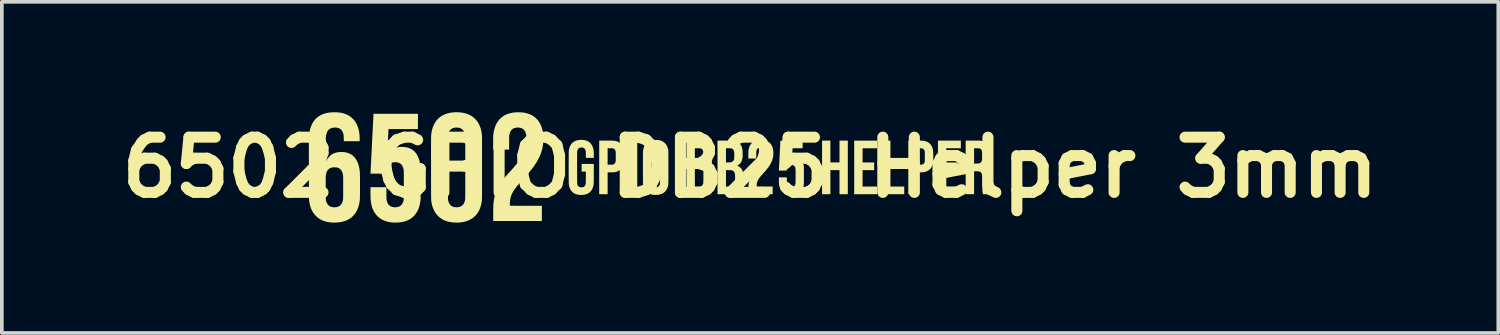
<source format=kicad_pcb>
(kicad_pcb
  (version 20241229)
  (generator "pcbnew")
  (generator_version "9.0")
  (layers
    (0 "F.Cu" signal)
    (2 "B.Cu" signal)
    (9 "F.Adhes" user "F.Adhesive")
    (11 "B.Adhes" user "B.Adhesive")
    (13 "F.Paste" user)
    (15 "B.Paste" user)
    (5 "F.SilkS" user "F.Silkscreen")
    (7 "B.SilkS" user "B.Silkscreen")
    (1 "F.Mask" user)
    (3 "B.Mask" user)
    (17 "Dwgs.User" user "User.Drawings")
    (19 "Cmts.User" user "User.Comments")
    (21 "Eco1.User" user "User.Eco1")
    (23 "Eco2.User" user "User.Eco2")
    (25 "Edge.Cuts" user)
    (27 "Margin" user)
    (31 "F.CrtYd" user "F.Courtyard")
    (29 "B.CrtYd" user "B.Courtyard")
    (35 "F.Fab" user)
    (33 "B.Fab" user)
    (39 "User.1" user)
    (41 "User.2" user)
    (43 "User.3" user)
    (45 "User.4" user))
  (footprint "6502 GPIO DB25 Helper 3mm"
    (layer "F.Cu")
    (at 17.336 1.5)
    (property "Reference" "6502 GPIO DB25 Helper 3mm" (at 0 0 0) (layer "F.SilkS") (effects (font (size 1.5 1.5) (thickness 0.3))))
    (attr board_only exclude_from_pos_files exclude_from_bom)
    (fp_poly (pts (xy -3.067 -0.000001) (xy -3.067 0.728) (xy -3.182 0.728) (xy -3.296 0.728) (xy -3.296 -0.000001) (xy -3.296 -0.728) (xy -3.182 -0.728) (xy -3.067 -0.728)) (stroke (width 0) (type solid)) (fill yes) (layer "F.SilkS"))
    (fp_poly (pts (xy 3.814 -0.104) (xy 3.814 0.52) (xy 4.002 0.52) (xy 4.189 0.52) (xy 4.189 0.624) (xy 4.189 0.728) (xy 3.887 0.728) (xy 3.585 0.728) (xy 3.585 -0.000001) (xy 3.585 -0.728) (xy 3.699 -0.728) (xy 3.814 -0.728)) (stroke (width 0) (type solid)) (fill yes) (layer "F.SilkS"))
    (fp_poly (pts (xy 2.182 -0.432) (xy 2.183 -0.136) (xy 2.306 -0.136) (xy 2.429 -0.136) (xy 2.43 -0.432) (xy 2.43 -0.728) (xy 2.543 -0.728) (xy 2.656 -0.728) (xy 2.656 -0.000001) (xy 2.656 0.728) (xy 2.543 0.728) (xy 2.43 0.728) (xy 2.43 0.401) (xy 2.43 0.074) (xy 2.306 0.074) (xy 2.182 0.074) (xy 2.182 0.401) (xy 2.182 0.728) (xy 2.069 0.728) (xy 1.956 0.728) (xy 1.956 -0.000001) (xy 1.956 -0.728) (xy 2.069 -0.728) (xy 2.182 -0.728)) (stroke (width 0) (type solid)) (fill yes) (layer "F.SilkS"))
    (fp_poly (pts (xy 3.453 -0.624) (xy 3.453 -0.52) (xy 3.255 -0.52) (xy 3.057 -0.52) (xy 3.057 -0.327) (xy 3.057 -0.135) (xy 3.215 -0.135) (xy 3.372 -0.135) (xy 3.372 -0.03) (xy 3.372 0.074) (xy 3.215 0.074) (xy 3.057 0.074) (xy 3.057 0.297) (xy 3.057 0.52) (xy 3.255 0.52) (xy 3.453 0.52) (xy 3.453 0.624) (xy 3.453 0.728) (xy 3.141 0.728) (xy 2.829 0.728) (xy 2.829 -0.000001) (xy 2.829 -0.728) (xy 3.141 -0.728) (xy 3.453 -0.728)) (stroke (width 0) (type solid)) (fill yes) (layer "F.SilkS"))
    (fp_poly (pts (xy 5.728 -0.624) (xy 5.728 -0.52) (xy 5.53 -0.52) (xy 5.332 -0.52) (xy 5.332 -0.328) (xy 5.333 -0.136) (xy 5.49 -0.135) (xy 5.646 -0.134) (xy 5.646 -0.03) (xy 5.646 0.074) (xy 5.489 0.074) (xy 5.332 0.074) (xy 5.332 0.297) (xy 5.332 0.52) (xy 5.53 0.52) (xy 5.728 0.52) (xy 5.728 0.624) (xy 5.728 0.728) (xy 5.417 0.728) (xy 5.106 0.728) (xy 5.106 -0.000001) (xy 5.106 -0.728) (xy 5.417 -0.728) (xy 5.728 -0.728)) (stroke (width 0) (type solid)) (fill yes) (layer "F.SilkS"))
    (fp_poly (pts (xy -3.875 -0.728) (xy -3.84 -0.728) (xy -3.809 -0.728) (xy -3.782 -0.728) (xy -3.758 -0.728) (xy -3.738 -0.727) (xy -3.72 -0.726) (xy -3.705 -0.725) (xy -3.691 -0.724) (xy -3.679 -0.723) (xy -3.669 -0.721) (xy -3.658 -0.719) (xy -3.649 -0.716) (xy -3.639 -0.713) (xy -3.628 -0.71) (xy -3.625 -0.709) (xy -3.589 -0.695) (xy -3.557 -0.678) (xy -3.528 -0.656) (xy -3.502 -0.631) (xy -3.48 -0.602) (xy -3.462 -0.57) (xy -3.447 -0.533) (xy -3.439 -0.507) (xy -3.436 -0.496) (xy -3.433 -0.486) (xy -3.431 -0.476) (xy -3.429 -0.466) (xy -3.428 -0.455) (xy -3.427 -0.443) (xy -3.426 -0.43) (xy -3.425 -0.414) (xy -3.425 -0.396) (xy -3.424 -0.374) (xy -3.424 -0.349) (xy -3.424 -0.32) (xy -3.424 -0.297) (xy -3.424 -0.266) (xy -3.424 -0.24) (xy -3.424 -0.218) (xy -3.424 -0.2) (xy -3.425 -0.185) (xy -3.425 -0.172) (xy -3.425 -0.162) (xy -3.426 -0.153) (xy -3.427 -0.146) (xy -3.428 -0.139) (xy -3.429 -0.133) (xy -3.429 -0.132) (xy -3.437 -0.093) (xy -3.447 -0.059) (xy -3.459 -0.028) (xy -3.475 -0.000418) (xy -3.493 0.025) (xy -3.509 0.044) (xy -3.528 0.062) (xy -3.547 0.078) (xy -3.569 0.091) (xy -3.578 0.096) (xy -3.598 0.106) (xy -3.618 0.113) (xy -3.638 0.12) (xy -3.66 0.125) (xy -3.683 0.129) (xy -3.709 0.132) (xy -3.738 0.133) (xy -3.771 0.134) (xy -3.798 0.134) (xy -3.872 0.135) (xy -3.872 0.431) (xy -3.872 0.728) (xy -3.986 0.728) (xy -4.101 0.728) (xy -4.101 -0.000001) (xy -4.101 -0.297) (xy -3.872 -0.297) (xy -3.872 -0.074) (xy -3.805 -0.074) (xy -3.782 -0.074) (xy -3.763 -0.074) (xy -3.748 -0.075) (xy -3.737 -0.075) (xy -3.729 -0.076) (xy -3.726 -0.077) (xy -3.705 -0.085) (xy -3.688 -0.095) (xy -3.675 -0.109) (xy -3.665 -0.127) (xy -3.657 -0.148) (xy -3.655 -0.159) (xy -3.654 -0.167) (xy -3.653 -0.179) (xy -3.652 -0.195) (xy -3.652 -0.214) (xy -3.651 -0.236) (xy -3.651 -0.259) (xy -3.651 -0.284) (xy -3.651 -0.308) (xy -3.651 -0.333) (xy -3.651 -0.356) (xy -3.652 -0.378) (xy -3.652 -0.397) (xy -3.653 -0.414) (xy -3.654 -0.426) (xy -3.655 -0.435) (xy -3.655 -0.435) (xy -3.661 -0.458) (xy -3.67 -0.477) (xy -3.682 -0.493) (xy -3.696 -0.504) (xy -3.699 -0.506) (xy -3.707 -0.51) (xy -3.715 -0.513) (xy -3.722 -0.516) (xy -3.731 -0.518) (xy -3.742 -0.519) (xy -3.755 -0.52) (xy -3.771 -0.52) (xy -3.791 -0.52) (xy -3.805 -0.52) (xy -3.872 -0.52) (xy -3.872 -0.297) (xy -4.101 -0.297) (xy -4.101 -0.728) (xy -3.914 -0.728)) (stroke (width 0) (type solid)) (fill yes) (layer "F.SilkS"))
    (fp_poly (pts (xy 4.488 -0.728) (xy 4.526 -0.728) (xy 4.56 -0.728) (xy 4.589 -0.728) (xy 4.614 -0.728) (xy 4.636 -0.728) (xy 4.655 -0.727) (xy 4.671 -0.727) (xy 4.685 -0.726) (xy 4.697 -0.725) (xy 4.708 -0.724) (xy 4.717 -0.723) (xy 4.727 -0.721) (xy 4.736 -0.719) (xy 4.745 -0.717) (xy 4.752 -0.716) (xy 4.789 -0.705) (xy 4.824 -0.689) (xy 4.855 -0.67) (xy 4.882 -0.648) (xy 4.907 -0.621) (xy 4.927 -0.591) (xy 4.945 -0.557) (xy 4.955 -0.529) (xy 4.961 -0.513) (xy 4.965 -0.497) (xy 4.968 -0.481) (xy 4.971 -0.464) (xy 4.974 -0.445) (xy 4.976 -0.425) (xy 4.977 -0.402) (xy 4.978 -0.376) (xy 4.978 -0.346) (xy 4.979 -0.312) (xy 4.979 -0.297) (xy 4.979 -0.261) (xy 4.978 -0.23) (xy 4.977 -0.202) (xy 4.976 -0.178) (xy 4.975 -0.156) (xy 4.972 -0.137) (xy 4.97 -0.12) (xy 4.966 -0.103) (xy 4.962 -0.087) (xy 4.957 -0.071) (xy 4.955 -0.065) (xy 4.941 -0.028) (xy 4.923 0.005) (xy 4.901 0.034) (xy 4.876 0.06) (xy 4.848 0.081) (xy 4.816 0.099) (xy 4.781 0.114) (xy 4.751 0.122) (xy 4.735 0.126) (xy 4.719 0.129) (xy 4.702 0.131) (xy 4.684 0.132) (xy 4.663 0.134) (xy 4.64 0.134) (xy 4.612 0.134) (xy 4.602 0.134) (xy 4.529 0.135) (xy 4.529 0.431) (xy 4.529 0.728) (xy 4.415 0.728) (xy 4.301 0.728) (xy 4.301 -0.000001) (xy 4.301 -0.297) (xy 4.529 -0.297) (xy 4.529 -0.074) (xy 4.596 -0.074) (xy 4.617 -0.074) (xy 4.634 -0.074) (xy 4.648 -0.074) (xy 4.658 -0.075) (xy 4.666 -0.076) (xy 4.672 -0.077) (xy 4.676 -0.078) (xy 4.692 -0.083) (xy 4.704 -0.089) (xy 4.714 -0.097) (xy 4.719 -0.102) (xy 4.729 -0.114) (xy 4.737 -0.129) (xy 4.743 -0.146) (xy 4.745 -0.152) (xy 4.746 -0.156) (xy 4.746 -0.161) (xy 4.747 -0.167) (xy 4.748 -0.174) (xy 4.748 -0.184) (xy 4.748 -0.195) (xy 4.749 -0.21) (xy 4.749 -0.228) (xy 4.749 -0.25) (xy 4.749 -0.276) (xy 4.749 -0.297) (xy 4.749 -0.326) (xy 4.749 -0.351) (xy 4.749 -0.372) (xy 4.749 -0.389) (xy 4.748 -0.402) (xy 4.748 -0.413) (xy 4.748 -0.422) (xy 4.747 -0.429) (xy 4.746 -0.435) (xy 4.745 -0.439) (xy 4.745 -0.442) (xy 4.738 -0.463) (xy 4.729 -0.48) (xy 4.718 -0.493) (xy 4.717 -0.494) (xy 4.709 -0.501) (xy 4.701 -0.507) (xy 4.692 -0.511) (xy 4.683 -0.515) (xy 4.672 -0.517) (xy 4.658 -0.519) (xy 4.641 -0.52) (xy 4.62 -0.52) (xy 4.595 -0.52) (xy 4.594 -0.52) (xy 4.529 -0.52) (xy 4.529 -0.297) (xy 4.301 -0.297) (xy 4.301 -0.728)) (stroke (width 0) (type solid)) (fill yes) (layer "F.SilkS"))
    (fp_poly (pts (xy 0.295 -0.748) (xy 0.317 -0.748) (xy 0.34 -0.747) (xy 0.36 -0.745) (xy 0.378 -0.742) (xy 0.383 -0.741) (xy 0.423 -0.731) (xy 0.46 -0.717) (xy 0.493 -0.698) (xy 0.523 -0.677) (xy 0.549 -0.651) (xy 0.572 -0.622) (xy 0.591 -0.589) (xy 0.607 -0.553) (xy 0.619 -0.514) (xy 0.623 -0.494) (xy 0.631 -0.441) (xy 0.633 -0.388) (xy 0.631 -0.335) (xy 0.624 -0.283) (xy 0.612 -0.231) (xy 0.595 -0.179) (xy 0.573 -0.129) (xy 0.546 -0.08) (xy 0.538 -0.066) (xy 0.524 -0.044) (xy 0.51 -0.023) (xy 0.495 -0.002) (xy 0.479 0.019) (xy 0.462 0.041) (xy 0.443 0.064) (xy 0.423 0.088) (xy 0.4 0.115) (xy 0.374 0.144) (xy 0.345 0.176) (xy 0.34 0.181) (xy 0.309 0.215) (xy 0.282 0.247) (xy 0.259 0.277) (xy 0.239 0.305) (xy 0.222 0.331) (xy 0.208 0.357) (xy 0.198 0.382) (xy 0.189 0.406) (xy 0.184 0.431) (xy 0.18 0.456) (xy 0.179 0.482) (xy 0.179 0.489) (xy 0.179 0.52) (xy 0.396 0.52) (xy 0.613 0.52) (xy 0.613 0.624) (xy 0.613 0.728) (xy 0.281 0.728) (xy -0.05 0.728) (xy -0.049 0.62) (xy -0.048 0.585) (xy -0.047 0.555) (xy -0.046 0.528) (xy -0.045 0.505) (xy -0.044 0.484) (xy -0.042 0.465) (xy -0.04 0.448) (xy -0.037 0.431) (xy -0.033 0.414) (xy -0.029 0.397) (xy -0.028 0.391) (xy -0.016 0.35) (xy -0.001 0.31) (xy 0.018 0.271) (xy 0.041 0.231) (xy 0.068 0.191) (xy 0.099 0.15) (xy 0.103 0.145) (xy 0.11 0.136) (xy 0.117 0.128) (xy 0.124 0.12) (xy 0.131 0.111) (xy 0.14 0.101) (xy 0.149 0.09) (xy 0.161 0.077) (xy 0.176 0.061) (xy 0.193 0.042) (xy 0.197 0.038) (xy 0.225 0.006) (xy 0.251 -0.025) (xy 0.275 -0.053) (xy 0.295 -0.08) (xy 0.313 -0.103) (xy 0.316 -0.108) (xy 0.342 -0.149) (xy 0.363 -0.19) (xy 0.38 -0.23) (xy 0.392 -0.271) (xy 0.4 -0.313) (xy 0.404 -0.355) (xy 0.405 -0.376) (xy 0.404 -0.41) (xy 0.4 -0.44) (xy 0.395 -0.465) (xy 0.386 -0.487) (xy 0.375 -0.504) (xy 0.362 -0.518) (xy 0.345 -0.529) (xy 0.326 -0.537) (xy 0.315 -0.539) (xy 0.3 -0.54) (xy 0.284 -0.541) (xy 0.269 -0.54) (xy 0.255 -0.539) (xy 0.252 -0.538) (xy 0.231 -0.531) (xy 0.213 -0.52) (xy 0.197 -0.505) (xy 0.185 -0.487) (xy 0.184 -0.483) (xy 0.18 -0.475) (xy 0.177 -0.467) (xy 0.175 -0.459) (xy 0.173 -0.45) (xy 0.171 -0.44) (xy 0.17 -0.428) (xy 0.169 -0.414) (xy 0.168 -0.397) (xy 0.168 -0.376) (xy 0.167 -0.35) (xy 0.167 -0.337) (xy 0.166 -0.241) (xy 0.059 -0.242) (xy -0.048 -0.242) (xy -0.049 -0.301) (xy -0.049 -0.345) (xy -0.048 -0.385) (xy -0.046 -0.421) (xy -0.044 -0.453) (xy -0.04 -0.482) (xy -0.035 -0.509) (xy -0.032 -0.521) (xy -0.019 -0.56) (xy -0.003 -0.596) (xy 0.017 -0.627) (xy 0.04 -0.656) (xy 0.067 -0.68) (xy 0.097 -0.701) (xy 0.131 -0.719) (xy 0.168 -0.732) (xy 0.208 -0.742) (xy 0.236 -0.746) (xy 0.252 -0.748) (xy 0.272 -0.748)) (stroke (width 0) (type solid)) (fill yes) (layer "F.SilkS"))
    (fp_poly (pts (xy -1.524 -0.728) (xy -1.486 -0.728) (xy -1.452 -0.727) (xy -1.424 -0.727) (xy -1.399 -0.727) (xy -1.378 -0.727) (xy -1.36 -0.726) (xy -1.345 -0.726) (xy -1.333 -0.726) (xy -1.323 -0.725) (xy -1.314 -0.725) (xy -1.308 -0.724) (xy -1.302 -0.724) (xy -1.298 -0.723) (xy -1.296 -0.722) (xy -1.257 -0.713) (xy -1.223 -0.702) (xy -1.192 -0.688) (xy -1.165 -0.671) (xy -1.14 -0.651) (xy -1.134 -0.645) (xy -1.111 -0.62) (xy -1.091 -0.591) (xy -1.075 -0.56) (xy -1.062 -0.525) (xy -1.052 -0.486) (xy -1.045 -0.444) (xy -1.042 -0.411) (xy -1.042 -0.403) (xy -1.041 -0.391) (xy -1.041 -0.374) (xy -1.041 -0.353) (xy -1.041 -0.329) (xy -1.04 -0.301) (xy -1.04 -0.271) (xy -1.04 -0.237) (xy -1.04 -0.202) (xy -1.04 -0.165) (xy -1.04 -0.126) (xy -1.039 -0.086) (xy -1.039 -0.046) (xy -1.039 -0.005) (xy -1.039 0.036) (xy -1.039 0.077) (xy -1.04 0.117) (xy -1.04 0.156) (xy -1.04 0.194) (xy -1.04 0.23) (xy -1.04 0.263) (xy -1.04 0.295) (xy -1.04 0.323) (xy -1.041 0.348) (xy -1.041 0.37) (xy -1.041 0.388) (xy -1.042 0.401) (xy -1.042 0.41) (xy -1.042 0.411) (xy -1.047 0.458) (xy -1.056 0.501) (xy -1.067 0.54) (xy -1.083 0.575) (xy -1.101 0.607) (xy -1.124 0.635) (xy -1.149 0.659) (xy -1.178 0.68) (xy -1.211 0.697) (xy -1.247 0.71) (xy -1.287 0.72) (xy -1.317 0.725) (xy -1.324 0.725) (xy -1.332 0.726) (xy -1.342 0.727) (xy -1.353 0.727) (xy -1.367 0.727) (xy -1.384 0.728) (xy -1.403 0.728) (xy -1.426 0.728) (xy -1.453 0.728) (xy -1.484 0.728) (xy -1.519 0.728) (xy -1.539 0.728) (xy -1.73 0.728) (xy -1.73 -0.000001) (xy -1.501 -0.000001) (xy -1.501 0.52) (xy -1.433 0.52) (xy -1.41 0.52) (xy -1.392 0.52) (xy -1.378 0.52) (xy -1.367 0.519) (xy -1.358 0.518) (xy -1.352 0.517) (xy -1.348 0.516) (xy -1.327 0.509) (xy -1.309 0.497) (xy -1.295 0.481) (xy -1.283 0.462) (xy -1.275 0.438) (xy -1.274 0.432) (xy -1.273 0.43) (xy -1.272 0.426) (xy -1.272 0.422) (xy -1.272 0.418) (xy -1.271 0.412) (xy -1.271 0.404) (xy -1.271 0.395) (xy -1.27 0.385) (xy -1.27 0.372) (xy -1.27 0.357) (xy -1.27 0.339) (xy -1.27 0.318) (xy -1.269 0.295) (xy -1.269 0.268) (xy -1.269 0.237) (xy -1.269 0.203) (xy -1.269 0.165) (xy -1.269 0.122) (xy -1.269 0.075) (xy -1.269 0.024) (xy -1.269 -0.000001) (xy -1.269 -0.054) (xy -1.269 -0.103) (xy -1.269 -0.148) (xy -1.269 -0.188) (xy -1.269 -0.224) (xy -1.269 -0.256) (xy -1.269 -0.284) (xy -1.269 -0.309) (xy -1.27 -0.331) (xy -1.27 -0.35) (xy -1.27 -0.367) (xy -1.27 -0.38) (xy -1.27 -0.392) (xy -1.271 -0.402) (xy -1.271 -0.41) (xy -1.271 -0.416) (xy -1.272 -0.421) (xy -1.272 -0.425) (xy -1.273 -0.429) (xy -1.273 -0.431) (xy -1.273 -0.431) (xy -1.278 -0.45) (xy -1.284 -0.465) (xy -1.292 -0.477) (xy -1.3 -0.488) (xy -1.308 -0.496) (xy -1.316 -0.503) (xy -1.325 -0.508) (xy -1.334 -0.512) (xy -1.345 -0.516) (xy -1.359 -0.518) (xy -1.375 -0.519) (xy -1.395 -0.52) (xy -1.419 -0.52) (xy -1.433 -0.52) (xy -1.501 -0.52) (xy -1.501 -0.000001) (xy -1.73 -0.000001) (xy -1.73 -0.000137) (xy -1.73 -0.729)) (stroke (width 0) (type solid)) (fill yes) (layer "F.SilkS"))
    (fp_poly (pts (xy 6.088 -0.728) (xy 6.122 -0.728) (xy 6.153 -0.728) (xy 6.18 -0.728) (xy 6.203 -0.728) (xy 6.223 -0.727) (xy 6.24 -0.727) (xy 6.256 -0.726) (xy 6.269 -0.725) (xy 6.28 -0.724) (xy 6.291 -0.722) (xy 6.301 -0.721) (xy 6.311 -0.719) (xy 6.32 -0.716) (xy 6.323 -0.716) (xy 6.36 -0.705) (xy 6.393 -0.691) (xy 6.423 -0.674) (xy 6.449 -0.654) (xy 6.471 -0.63) (xy 6.491 -0.602) (xy 6.506 -0.571) (xy 6.519 -0.535) (xy 6.529 -0.496) (xy 6.53 -0.491) (xy 6.531 -0.484) (xy 6.533 -0.476) (xy 6.534 -0.468) (xy 6.534 -0.458) (xy 6.535 -0.447) (xy 6.535 -0.433) (xy 6.536 -0.417) (xy 6.536 -0.396) (xy 6.536 -0.372) (xy 6.537 -0.366) (xy 6.537 -0.336) (xy 6.537 -0.31) (xy 6.537 -0.287) (xy 6.536 -0.268) (xy 6.535 -0.252) (xy 6.534 -0.237) (xy 6.533 -0.224) (xy 6.531 -0.211) (xy 6.528 -0.199) (xy 6.519 -0.165) (xy 6.507 -0.133) (xy 6.491 -0.104) (xy 6.473 -0.078) (xy 6.456 -0.06) (xy 6.445 -0.051) (xy 6.432 -0.041) (xy 6.418 -0.032) (xy 6.405 -0.025) (xy 6.398 -0.021) (xy 6.392 -0.018) (xy 6.388 -0.016) (xy 6.388 -0.015) (xy 6.391 -0.013) (xy 6.397 -0.01) (xy 6.405 -0.006) (xy 6.407 -0.005) (xy 6.433 0.007) (xy 6.456 0.024) (xy 6.476 0.044) (xy 6.494 0.068) (xy 6.508 0.096) (xy 6.519 0.128) (xy 6.523 0.14) (xy 6.526 0.15) (xy 6.528 0.159) (xy 6.53 0.168) (xy 6.531 0.177) (xy 6.533 0.187) (xy 6.534 0.197) (xy 6.535 0.209) (xy 6.536 0.223) (xy 6.537 0.238) (xy 6.537 0.256) (xy 6.538 0.277) (xy 6.538 0.301) (xy 6.539 0.329) (xy 6.539 0.361) (xy 6.539 0.397) (xy 6.54 0.429) (xy 6.54 0.469) (xy 6.541 0.505) (xy 6.541 0.536) (xy 6.541 0.563) (xy 6.542 0.587) (xy 6.543 0.607) (xy 6.543 0.625) (xy 6.544 0.64) (xy 6.545 0.652) (xy 6.546 0.663) (xy 6.548 0.673) (xy 6.549 0.681) (xy 6.551 0.689) (xy 6.553 0.697) (xy 6.556 0.704) (xy 6.558 0.712) (xy 6.564 0.728) (xy 6.449 0.728) (xy 6.333 0.728) (xy 6.328 0.715) (xy 6.325 0.705) (xy 6.323 0.696) (xy 6.321 0.685) (xy 6.319 0.674) (xy 6.317 0.661) (xy 6.316 0.647) (xy 6.315 0.631) (xy 6.314 0.612) (xy 6.313 0.59) (xy 6.312 0.566) (xy 6.312 0.538) (xy 6.312 0.506) (xy 6.311 0.47) (xy 6.311 0.429) (xy 6.311 0.414) (xy 6.311 0.382) (xy 6.311 0.352) (xy 6.311 0.324) (xy 6.311 0.299) (xy 6.31 0.277) (xy 6.31 0.258) (xy 6.31 0.243) (xy 6.309 0.233) (xy 6.309 0.228) (xy 6.304 0.2) (xy 6.296 0.175) (xy 6.286 0.155) (xy 6.273 0.138) (xy 6.258 0.125) (xy 6.246 0.119) (xy 6.235 0.114) (xy 6.222 0.11) (xy 6.209 0.108) (xy 6.192 0.106) (xy 6.173 0.105) (xy 6.149 0.104) (xy 6.139 0.104) (xy 6.088 0.104) (xy 6.088 0.416) (xy 6.088 0.728) (xy 5.974 0.728) (xy 5.859 0.728) (xy 5.859 -0.000001) (xy 5.859 -0.312) (xy 6.088 -0.312) (xy 6.088 -0.103) (xy 6.149 -0.105) (xy 6.17 -0.105) (xy 6.187 -0.106) (xy 6.2 -0.106) (xy 6.21 -0.107) (xy 6.217 -0.108) (xy 6.223 -0.11) (xy 6.225 -0.11) (xy 6.247 -0.12) (xy 6.266 -0.132) (xy 6.281 -0.148) (xy 6.293 -0.167) (xy 6.301 -0.19) (xy 6.305 -0.204) (xy 6.306 -0.212) (xy 6.307 -0.225) (xy 6.308 -0.242) (xy 6.308 -0.261) (xy 6.309 -0.282) (xy 6.309 -0.305) (xy 6.309 -0.327) (xy 6.309 -0.35) (xy 6.308 -0.371) (xy 6.308 -0.39) (xy 6.307 -0.406) (xy 6.306 -0.419) (xy 6.305 -0.425) (xy 6.299 -0.451) (xy 6.29 -0.472) (xy 6.278 -0.489) (xy 6.262 -0.503) (xy 6.244 -0.513) (xy 6.243 -0.513) (xy 6.239 -0.515) (xy 6.234 -0.516) (xy 6.229 -0.517) (xy 6.222 -0.518) (xy 6.214 -0.519) (xy 6.202 -0.519) (xy 6.188 -0.519) (xy 6.169 -0.52) (xy 6.158 -0.52) (xy 6.088 -0.521) (xy 6.088 -0.312) (xy 5.859 -0.312) (xy 5.859 -0.728) (xy 6.048 -0.728)) (stroke (width 0) (type solid)) (fill yes) (layer "F.SilkS"))
    (fp_poly (pts (xy -0.656 -0.728) (xy -0.623 -0.728) (xy -0.594 -0.728) (xy -0.569 -0.728) (xy -0.548 -0.728) (xy -0.529 -0.728) (xy -0.514 -0.727) (xy -0.501 -0.727) (xy -0.49 -0.726) (xy -0.481 -0.726) (xy -0.473 -0.725) (xy -0.47 -0.725) (xy -0.427 -0.718) (xy -0.389 -0.708) (xy -0.354 -0.695) (xy -0.324 -0.679) (xy -0.297 -0.66) (xy -0.273 -0.637) (xy -0.253 -0.61) (xy -0.236 -0.579) (xy -0.223 -0.545) (xy -0.212 -0.507) (xy -0.208 -0.485) (xy -0.207 -0.474) (xy -0.205 -0.459) (xy -0.204 -0.441) (xy -0.203 -0.42) (xy -0.203 -0.398) (xy -0.202 -0.375) (xy -0.202 -0.352) (xy -0.202 -0.331) (xy -0.202 -0.311) (xy -0.203 -0.294) (xy -0.204 -0.28) (xy -0.204 -0.279) (xy -0.21 -0.24) (xy -0.218 -0.204) (xy -0.229 -0.171) (xy -0.243 -0.143) (xy -0.258 -0.12) (xy -0.278 -0.099) (xy -0.3 -0.079) (xy -0.324 -0.063) (xy -0.337 -0.056) (xy -0.344 -0.052) (xy -0.348 -0.049) (xy -0.348 -0.048) (xy -0.346 -0.046) (xy -0.34 -0.042) (xy -0.331 -0.038) (xy -0.328 -0.037) (xy -0.299 -0.022) (xy -0.273 -0.002) (xy -0.249 0.021) (xy -0.229 0.047) (xy -0.212 0.076) (xy -0.207 0.09) (xy -0.201 0.106) (xy -0.195 0.122) (xy -0.191 0.138) (xy -0.188 0.154) (xy -0.185 0.171) (xy -0.183 0.19) (xy -0.181 0.212) (xy -0.18 0.236) (xy -0.179 0.264) (xy -0.179 0.296) (xy -0.179 0.321) (xy -0.179 0.353) (xy -0.179 0.381) (xy -0.18 0.405) (xy -0.181 0.425) (xy -0.182 0.443) (xy -0.183 0.459) (xy -0.186 0.474) (xy -0.188 0.487) (xy -0.191 0.5) (xy -0.195 0.514) (xy -0.198 0.524) (xy -0.212 0.561) (xy -0.23 0.594) (xy -0.251 0.623) (xy -0.276 0.649) (xy -0.305 0.671) (xy -0.337 0.69) (xy -0.372 0.705) (xy -0.411 0.716) (xy -0.454 0.724) (xy -0.459 0.725) (xy -0.466 0.725) (xy -0.474 0.726) (xy -0.483 0.727) (xy -0.495 0.727) (xy -0.508 0.727) (xy -0.525 0.728) (xy -0.544 0.728) (xy -0.566 0.728) (xy -0.593 0.728) (xy -0.623 0.728) (xy -0.658 0.728) (xy -0.687 0.728) (xy -0.885 0.728) (xy -0.885 0.297) (xy -0.656 0.297) (xy -0.656 0.521) (xy -0.573 0.52) (xy -0.549 0.519) (xy -0.53 0.519) (xy -0.515 0.519) (xy -0.503 0.518) (xy -0.494 0.518) (xy -0.487 0.517) (xy -0.481 0.516) (xy -0.477 0.515) (xy -0.477 0.515) (xy -0.457 0.505) (xy -0.44 0.492) (xy -0.427 0.476) (xy -0.418 0.457) (xy -0.418 0.456) (xy -0.415 0.447) (xy -0.413 0.439) (xy -0.411 0.431) (xy -0.41 0.422) (xy -0.409 0.411) (xy -0.408 0.399) (xy -0.408 0.384) (xy -0.408 0.365) (xy -0.408 0.344) (xy -0.408 0.318) (xy -0.408 0.297) (xy -0.408 0.27) (xy -0.409 0.248) (xy -0.409 0.23) (xy -0.409 0.216) (xy -0.41 0.204) (xy -0.41 0.195) (xy -0.411 0.187) (xy -0.412 0.181) (xy -0.413 0.176) (xy -0.414 0.17) (xy -0.415 0.168) (xy -0.423 0.143) (xy -0.434 0.123) (xy -0.448 0.106) (xy -0.465 0.093) (xy -0.485 0.083) (xy -0.506 0.077) (xy -0.514 0.076) (xy -0.524 0.075) (xy -0.538 0.074) (xy -0.556 0.074) (xy -0.578 0.074) (xy -0.59 0.074) (xy -0.656 0.074) (xy -0.656 0.297) (xy -0.885 0.297) (xy -0.885 -0.000001) (xy -0.885 -0.327) (xy -0.656 -0.327) (xy -0.656 -0.134) (xy -0.595 -0.135) (xy -0.572 -0.136) (xy -0.554 -0.137) (xy -0.54 -0.138) (xy -0.529 -0.139) (xy -0.521 -0.14) (xy -0.518 -0.141) (xy -0.495 -0.149) (xy -0.476 -0.16) (xy -0.461 -0.175) (xy -0.448 -0.194) (xy -0.439 -0.217) (xy -0.436 -0.225) (xy -0.435 -0.233) (xy -0.433 -0.245) (xy -0.432 -0.261) (xy -0.431 -0.28) (xy -0.431 -0.3) (xy -0.43 -0.322) (xy -0.43 -0.343) (xy -0.43 -0.364) (xy -0.431 -0.384) (xy -0.432 -0.401) (xy -0.433 -0.416) (xy -0.434 -0.426) (xy -0.441 -0.451) (xy -0.45 -0.473) (xy -0.463 -0.49) (xy -0.479 -0.504) (xy -0.496 -0.513) (xy -0.5 -0.515) (xy -0.505 -0.516) (xy -0.51 -0.517) (xy -0.516 -0.518) (xy -0.524 -0.519) (xy -0.535 -0.519) (xy -0.55 -0.519) (xy -0.568 -0.52) (xy -0.583 -0.52) (xy -0.656 -0.521) (xy -0.656 -0.327) (xy -0.885 -0.327) (xy -0.885 -0.728) (xy -0.694 -0.728)) (stroke (width 0) (type solid)) (fill yes) (layer "F.SilkS"))
    (fp_poly (pts (xy -4.553 -0.748) (xy -4.536 -0.747) (xy -4.532 -0.746) (xy -4.49 -0.739) (xy -4.451 -0.728) (xy -4.416 -0.714) (xy -4.383 -0.695) (xy -4.355 -0.673) (xy -4.329 -0.647) (xy -4.307 -0.617) (xy -4.288 -0.583) (xy -4.273 -0.546) (xy -4.272 -0.542) (xy -4.266 -0.523) (xy -4.261 -0.502) (xy -4.257 -0.481) (xy -4.253 -0.458) (xy -4.251 -0.433) (xy -4.249 -0.404) (xy -4.248 -0.373) (xy -4.248 -0.337) (xy -4.248 -0.324) (xy -4.248 -0.259) (xy -4.355 -0.259) (xy -4.463 -0.259) (xy -4.464 -0.347) (xy -4.464 -0.371) (xy -4.465 -0.391) (xy -4.465 -0.407) (xy -4.466 -0.419) (xy -4.466 -0.429) (xy -4.467 -0.437) (xy -4.468 -0.444) (xy -4.469 -0.45) (xy -4.471 -0.455) (xy -4.479 -0.479) (xy -4.49 -0.5) (xy -4.503 -0.516) (xy -4.52 -0.527) (xy -4.539 -0.536) (xy -4.562 -0.54) (xy -4.582 -0.541) (xy -4.604 -0.54) (xy -4.623 -0.537) (xy -4.639 -0.531) (xy -4.654 -0.522) (xy -4.663 -0.515) (xy -4.676 -0.5) (xy -4.686 -0.483) (xy -4.693 -0.463) (xy -4.698 -0.439) (xy -4.699 -0.433) (xy -4.7 -0.427) (xy -4.7 -0.416) (xy -4.701 -0.402) (xy -4.701 -0.383) (xy -4.701 -0.361) (xy -4.701 -0.335) (xy -4.702 -0.306) (xy -4.702 -0.274) (xy -4.702 -0.241) (xy -4.702 -0.205) (xy -4.702 -0.167) (xy -4.702 -0.128) (xy -4.702 -0.088) (xy -4.702 -0.047) (xy -4.702 -0.005) (xy -4.702 0.036) (xy -4.702 0.077) (xy -4.701 0.118) (xy -4.701 0.158) (xy -4.701 0.197) (xy -4.701 0.234) (xy -4.701 0.27) (xy -4.7 0.303) (xy -4.7 0.334) (xy -4.7 0.362) (xy -4.699 0.387) (xy -4.699 0.408) (xy -4.698 0.426) (xy -4.698 0.439) (xy -4.698 0.449) (xy -4.697 0.453) (xy -4.697 0.453) (xy -4.689 0.478) (xy -4.678 0.498) (xy -4.663 0.515) (xy -4.646 0.527) (xy -4.626 0.535) (xy -4.602 0.54) (xy -4.583 0.541) (xy -4.557 0.539) (xy -4.534 0.534) (xy -4.515 0.524) (xy -4.499 0.511) (xy -4.486 0.494) (xy -4.475 0.473) (xy -4.469 0.452) (xy -4.468 0.448) (xy -4.468 0.442) (xy -4.467 0.436) (xy -4.466 0.427) (xy -4.466 0.416) (xy -4.466 0.402) (xy -4.465 0.385) (xy -4.465 0.365) (xy -4.465 0.341) (xy -4.464 0.312) (xy -4.464 0.279) (xy -4.464 0.275) (xy -4.463 0.114) (xy -4.52 0.114) (xy -4.578 0.114) (xy -4.578 0.01) (xy -4.578 -0.094) (xy -4.413 -0.094) (xy -4.248 -0.094) (xy -4.248 0.148) (xy -4.248 0.185) (xy -4.248 0.22) (xy -4.248 0.255) (xy -4.248 0.287) (xy -4.248 0.317) (xy -4.249 0.344) (xy -4.249 0.369) (xy -4.249 0.389) (xy -4.25 0.406) (xy -4.25 0.419) (xy -4.25 0.426) (xy -4.255 0.473) (xy -4.264 0.516) (xy -4.277 0.556) (xy -4.292 0.592) (xy -4.312 0.624) (xy -4.335 0.653) (xy -4.361 0.678) (xy -4.391 0.7) (xy -4.424 0.717) (xy -4.46 0.731) (xy -4.5 0.741) (xy -4.522 0.745) (xy -4.534 0.746) (xy -4.549 0.747) (xy -4.566 0.748) (xy -4.585 0.748) (xy -4.603 0.748) (xy -4.619 0.748) (xy -4.633 0.748) (xy -4.642 0.747) (xy -4.684 0.74) (xy -4.722 0.73) (xy -4.756 0.717) (xy -4.786 0.701) (xy -4.814 0.682) (xy -4.838 0.659) (xy -4.841 0.657) (xy -4.864 0.629) (xy -4.883 0.598) (xy -4.899 0.564) (xy -4.912 0.527) (xy -4.921 0.487) (xy -4.927 0.442) (xy -4.928 0.438) (xy -4.928 0.432) (xy -4.929 0.421) (xy -4.929 0.405) (xy -4.929 0.386) (xy -4.929 0.363) (xy -4.93 0.336) (xy -4.93 0.306) (xy -4.93 0.274) (xy -4.93 0.239) (xy -4.93 0.203) (xy -4.93 0.164) (xy -4.93 0.124) (xy -4.931 0.084) (xy -4.931 0.042) (xy -4.931 0.000254) (xy -4.931 -0.042) (xy -4.931 -0.083) (xy -4.93 -0.124) (xy -4.93 -0.164) (xy -4.93 -0.202) (xy -4.93 -0.239) (xy -4.93 -0.274) (xy -4.93 -0.306) (xy -4.93 -0.336) (xy -4.929 -0.362) (xy -4.929 -0.386) (xy -4.929 -0.405) (xy -4.929 -0.421) (xy -4.928 -0.432) (xy -4.928 -0.438) (xy -4.928 -0.438) (xy -4.922 -0.483) (xy -4.913 -0.523) (xy -4.901 -0.56) (xy -4.885 -0.594) (xy -4.869 -0.621) (xy -4.846 -0.651) (xy -4.82 -0.676) (xy -4.791 -0.698) (xy -4.758 -0.716) (xy -4.721 -0.73) (xy -4.682 -0.741) (xy -4.673 -0.743) (xy -4.658 -0.745) (xy -4.639 -0.746) (xy -4.618 -0.748) (xy -4.596 -0.748) (xy -4.574 -0.748)) (stroke (width 0) (type solid)) (fill yes) (layer "F.SilkS"))
    (fp_poly (pts (xy -6.275 -1.498) (xy -6.252 -1.498) (xy -6.231 -1.497) (xy -6.214 -1.496) (xy -6.202 -1.495) (xy -6.149 -1.489) (xy -6.1 -1.479) (xy -6.054 -1.468) (xy -6.011 -1.453) (xy -5.969 -1.436) (xy -5.945 -1.425) (xy -5.901 -1.4) (xy -5.859 -1.371) (xy -5.82 -1.337) (xy -5.784 -1.3) (xy -5.751 -1.26) (xy -5.722 -1.216) (xy -5.718 -1.208) (xy -5.694 -1.163) (xy -5.674 -1.114) (xy -5.656 -1.062) (xy -5.642 -1.006) (xy -5.631 -0.947) (xy -5.623 -0.886) (xy -5.621 -0.863) (xy -5.62 -0.841) (xy -5.619 -0.816) (xy -5.618 -0.789) (xy -5.619 -0.761) (xy -5.619 -0.733) (xy -5.62 -0.706) (xy -5.621 -0.683) (xy -5.622 -0.669) (xy -5.63 -0.607) (xy -5.64 -0.546) (xy -5.654 -0.486) (xy -5.671 -0.427) (xy -5.691 -0.368) (xy -5.715 -0.31) (xy -5.743 -0.251) (xy -5.774 -0.192) (xy -5.809 -0.132) (xy -5.849 -0.071) (xy -5.892 -0.008) (xy -5.94 0.055) (xy -5.992 0.121) (xy -6.012 0.145) (xy -6.032 0.168) (xy -6.051 0.191) (xy -6.07 0.213) (xy -6.091 0.236) (xy -6.112 0.26) (xy -6.136 0.286) (xy -6.162 0.315) (xy -6.177 0.33) (xy -6.219 0.377) (xy -6.258 0.42) (xy -6.294 0.461) (xy -6.326 0.499) (xy -6.355 0.535) (xy -6.381 0.569) (xy -6.404 0.601) (xy -6.425 0.632) (xy -6.443 0.662) (xy -6.459 0.692) (xy -6.473 0.72) (xy -6.485 0.748) (xy -6.496 0.777) (xy -6.505 0.805) (xy -6.51 0.826) (xy -6.517 0.854) (xy -6.521 0.881) (xy -6.525 0.909) (xy -6.527 0.939) (xy -6.528 0.973) (xy -6.528 0.982) (xy -6.528 1.042) (xy -6.094 1.043) (xy -5.659 1.043) (xy -5.659 1.25) (xy -5.659 1.457) (xy -6.32 1.457) (xy -6.981 1.457) (xy -6.981 1.263) (xy -6.981 1.218) (xy -6.981 1.178) (xy -6.981 1.142) (xy -6.981 1.11) (xy -6.98 1.081) (xy -6.979 1.055) (xy -6.978 1.031) (xy -6.977 1.009) (xy -6.976 0.989) (xy -6.974 0.97) (xy -6.972 0.951) (xy -6.97 0.932) (xy -6.967 0.913) (xy -6.964 0.893) (xy -6.963 0.888) (xy -6.951 0.822) (xy -6.936 0.758) (xy -6.917 0.697) (xy -6.895 0.638) (xy -6.869 0.58) (xy -6.839 0.522) (xy -6.804 0.463) (xy -6.785 0.433) (xy -6.762 0.4) (xy -6.74 0.367) (xy -6.716 0.335) (xy -6.69 0.302) (xy -6.663 0.269) (xy -6.633 0.234) (xy -6.601 0.197) (xy -6.566 0.157) (xy -6.527 0.116) (xy -6.474 0.058) (xy -6.425 0.002) (xy -6.38 -0.051) (xy -6.339 -0.101) (xy -6.301 -0.15) (xy -6.267 -0.197) (xy -6.236 -0.243) (xy -6.208 -0.287) (xy -6.183 -0.331) (xy -6.161 -0.374) (xy -6.142 -0.416) (xy -6.126 -0.458) (xy -6.112 -0.5) (xy -6.1 -0.543) (xy -6.091 -0.585) (xy -6.084 -0.629) (xy -6.078 -0.674) (xy -6.078 -0.683) (xy -6.076 -0.7) (xy -6.076 -0.72) (xy -6.076 -0.743) (xy -6.076 -0.767) (xy -6.077 -0.791) (xy -6.077 -0.815) (xy -6.079 -0.836) (xy -6.08 -0.854) (xy -6.081 -0.863) (xy -6.088 -0.9) (xy -6.097 -0.934) (xy -6.108 -0.963) (xy -6.121 -0.988) (xy -6.136 -1.01) (xy -6.154 -1.03) (xy -6.175 -1.046) (xy -6.179 -1.049) (xy -6.204 -1.062) (xy -6.232 -1.073) (xy -6.263 -1.08) (xy -6.296 -1.083) (xy -6.329 -1.083) (xy -6.363 -1.079) (xy -6.391 -1.074) (xy -6.42 -1.064) (xy -6.447 -1.05) (xy -6.47 -1.032) (xy -6.491 -1.01) (xy -6.509 -0.984) (xy -6.523 -0.954) (xy -6.535 -0.919) (xy -6.543 -0.888) (xy -6.544 -0.883) (xy -6.545 -0.877) (xy -6.545 -0.872) (xy -6.546 -0.866) (xy -6.547 -0.858) (xy -6.547 -0.849) (xy -6.547 -0.838) (xy -6.548 -0.825) (xy -6.548 -0.809) (xy -6.548 -0.789) (xy -6.549 -0.767) (xy -6.549 -0.74) (xy -6.549 -0.709) (xy -6.549 -0.673) (xy -6.549 -0.673) (xy -6.55 -0.485) (xy -6.766 -0.485) (xy -6.982 -0.485) (xy -6.981 -0.677) (xy -6.981 -0.715) (xy -6.98 -0.749) (xy -6.98 -0.778) (xy -6.98 -0.803) (xy -6.979 -0.825) (xy -6.979 -0.845) (xy -6.978 -0.862) (xy -6.978 -0.877) (xy -6.977 -0.89) (xy -6.976 -0.903) (xy -6.974 -0.915) (xy -6.973 -0.926) (xy -6.971 -0.939) (xy -6.969 -0.951) (xy -6.966 -0.965) (xy -6.966 -0.967) (xy -6.953 -1.027) (xy -6.937 -1.084) (xy -6.917 -1.137) (xy -6.893 -1.187) (xy -6.866 -1.234) (xy -6.835 -1.277) (xy -6.801 -1.317) (xy -6.763 -1.352) (xy -6.722 -1.385) (xy -6.707 -1.395) (xy -6.665 -1.42) (xy -6.619 -1.442) (xy -6.569 -1.46) (xy -6.516 -1.475) (xy -6.459 -1.487) (xy -6.399 -1.495) (xy -6.398 -1.495) (xy -6.384 -1.497) (xy -6.366 -1.497) (xy -6.345 -1.498) (xy -6.322 -1.498) (xy -6.298 -1.498)) (stroke (width 0) (type solid)) (fill yes) (layer "F.SilkS"))
    (fp_poly (pts (xy -2.542 -0.748) (xy -2.519 -0.746) (xy -2.498 -0.745) (xy -2.481 -0.742) (xy -2.477 -0.742) (xy -2.439 -0.733) (xy -2.406 -0.721) (xy -2.375 -0.706) (xy -2.347 -0.688) (xy -2.322 -0.666) (xy -2.32 -0.665) (xy -2.303 -0.647) (xy -2.288 -0.629) (xy -2.275 -0.61) (xy -2.263 -0.587) (xy -2.26 -0.583) (xy -2.252 -0.565) (xy -2.245 -0.55) (xy -2.24 -0.535) (xy -2.235 -0.519) (xy -2.231 -0.501) (xy -2.228 -0.489) (xy -2.221 -0.458) (xy -2.22 -0.015) (xy -2.22 0.042) (xy -2.22 0.094) (xy -2.22 0.142) (xy -2.22 0.186) (xy -2.22 0.225) (xy -2.22 0.261) (xy -2.22 0.293) (xy -2.22 0.321) (xy -2.22 0.347) (xy -2.221 0.369) (xy -2.221 0.389) (xy -2.221 0.406) (xy -2.222 0.421) (xy -2.222 0.434) (xy -2.223 0.446) (xy -2.223 0.456) (xy -2.224 0.464) (xy -2.225 0.472) (xy -2.226 0.479) (xy -2.227 0.485) (xy -2.229 0.492) (xy -2.23 0.498) (xy -2.232 0.504) (xy -2.233 0.511) (xy -2.234 0.512) (xy -2.238 0.529) (xy -2.243 0.544) (xy -2.249 0.559) (xy -2.256 0.574) (xy -2.263 0.589) (xy -2.283 0.622) (xy -2.305 0.651) (xy -2.332 0.676) (xy -2.362 0.698) (xy -2.395 0.716) (xy -2.432 0.73) (xy -2.473 0.741) (xy -2.475 0.741) (xy -2.486 0.743) (xy -2.497 0.745) (xy -2.51 0.746) (xy -2.525 0.747) (xy -2.544 0.747) (xy -2.556 0.747) (xy -2.573 0.748) (xy -2.588 0.748) (xy -2.601 0.748) (xy -2.611 0.748) (xy -2.617 0.747) (xy -2.618 0.747) (xy -2.623 0.746) (xy -2.632 0.745) (xy -2.643 0.743) (xy -2.65 0.742) (xy -2.686 0.734) (xy -2.721 0.723) (xy -2.754 0.707) (xy -2.784 0.688) (xy -2.81 0.667) (xy -2.823 0.653) (xy -2.846 0.625) (xy -2.866 0.595) (xy -2.882 0.561) (xy -2.894 0.525) (xy -2.904 0.485) (xy -2.91 0.443) (xy -2.91 0.437) (xy -2.911 0.427) (xy -2.911 0.412) (xy -2.911 0.393) (xy -2.911 0.371) (xy -2.912 0.345) (xy -2.912 0.315) (xy -2.912 0.284) (xy -2.912 0.249) (xy -2.912 0.213) (xy -2.912 0.175) (xy -2.913 0.135) (xy -2.913 0.095) (xy -2.913 0.053) (xy -2.913 0.011) (xy -2.913 -0.018) (xy -2.685 -0.018) (xy -2.685 0.023) (xy -2.684 0.065) (xy -2.684 0.106) (xy -2.684 0.146) (xy -2.684 0.185) (xy -2.684 0.223) (xy -2.684 0.259) (xy -2.684 0.292) (xy -2.683 0.323) (xy -2.683 0.351) (xy -2.683 0.377) (xy -2.682 0.398) (xy -2.682 0.416) (xy -2.682 0.43) (xy -2.681 0.439) (xy -2.681 0.443) (xy -2.675 0.467) (xy -2.667 0.487) (xy -2.657 0.503) (xy -2.644 0.517) (xy -2.636 0.522) (xy -2.62 0.531) (xy -2.602 0.537) (xy -2.581 0.541) (xy -2.559 0.541) (xy -2.538 0.539) (xy -2.518 0.534) (xy -2.51 0.531) (xy -2.492 0.52) (xy -2.477 0.505) (xy -2.465 0.487) (xy -2.456 0.465) (xy -2.451 0.447) (xy -2.451 0.444) (xy -2.45 0.441) (xy -2.45 0.437) (xy -2.449 0.432) (xy -2.449 0.426) (xy -2.449 0.419) (xy -2.448 0.41) (xy -2.448 0.399) (xy -2.448 0.386) (xy -2.448 0.371) (xy -2.447 0.353) (xy -2.447 0.332) (xy -2.447 0.308) (xy -2.447 0.281) (xy -2.447 0.25) (xy -2.447 0.216) (xy -2.447 0.178) (xy -2.447 0.135) (xy -2.447 0.088) (xy -2.447 0.036) (xy -2.447 -0.000001) (xy -2.447 -0.055) (xy -2.447 -0.105) (xy -2.447 -0.15) (xy -2.447 -0.191) (xy -2.447 -0.228) (xy -2.447 -0.261) (xy -2.447 -0.291) (xy -2.447 -0.317) (xy -2.447 -0.339) (xy -2.447 -0.359) (xy -2.448 -0.376) (xy -2.448 -0.391) (xy -2.448 -0.403) (xy -2.448 -0.413) (xy -2.449 -0.422) (xy -2.449 -0.429) (xy -2.449 -0.434) (xy -2.45 -0.439) (xy -2.45 -0.442) (xy -2.451 -0.445) (xy -2.451 -0.447) (xy -2.459 -0.473) (xy -2.469 -0.494) (xy -2.483 -0.512) (xy -2.499 -0.525) (xy -2.506 -0.529) (xy -2.519 -0.535) (xy -2.533 -0.538) (xy -2.549 -0.54) (xy -2.567 -0.541) (xy -2.593 -0.539) (xy -2.615 -0.533) (xy -2.634 -0.524) (xy -2.65 -0.511) (xy -2.663 -0.493) (xy -2.673 -0.472) (xy -2.68 -0.446) (xy -2.681 -0.443) (xy -2.681 -0.438) (xy -2.682 -0.428) (xy -2.682 -0.414) (xy -2.682 -0.396) (xy -2.683 -0.374) (xy -2.683 -0.348) (xy -2.683 -0.319) (xy -2.684 -0.288) (xy -2.684 -0.254) (xy -2.684 -0.218) (xy -2.684 -0.181) (xy -2.684 -0.141) (xy -2.684 -0.101) (xy -2.685 -0.06) (xy -2.685 -0.018) (xy -2.913 -0.018) (xy -2.913 -0.031) (xy -2.913 -0.072) (xy -2.913 -0.113) (xy -2.912 -0.154) (xy -2.912 -0.193) (xy -2.912 -0.23) (xy -2.912 -0.265) (xy -2.912 -0.299) (xy -2.912 -0.329) (xy -2.912 -0.357) (xy -2.911 -0.382) (xy -2.911 -0.403) (xy -2.911 -0.42) (xy -2.91 -0.433) (xy -2.91 -0.441) (xy -2.91 -0.444) (xy -2.903 -0.489) (xy -2.892 -0.531) (xy -2.878 -0.569) (xy -2.86 -0.604) (xy -2.839 -0.635) (xy -2.814 -0.663) (xy -2.786 -0.687) (xy -2.754 -0.707) (xy -2.72 -0.723) (xy -2.681 -0.736) (xy -2.65 -0.743) (xy -2.633 -0.745) (xy -2.613 -0.747) (xy -2.59 -0.748) (xy -2.566 -0.748)) (stroke (width 0) (type solid)) (fill yes) (layer "F.SilkS"))
    (fp_poly (pts (xy 1.428 -0.624) (xy 1.428 -0.52) (xy 1.227 -0.52) (xy 1.027 -0.52) (xy 1.027 -0.515) (xy 1.027 -0.511) (xy 1.026 -0.503) (xy 1.026 -0.491) (xy 1.025 -0.475) (xy 1.024 -0.455) (xy 1.023 -0.433) (xy 1.021 -0.409) (xy 1.02 -0.382) (xy 1.018 -0.354) (xy 1.018 -0.345) (xy 1.016 -0.317) (xy 1.015 -0.29) (xy 1.013 -0.265) (xy 1.012 -0.242) (xy 1.011 -0.222) (xy 1.01 -0.205) (xy 1.01 -0.192) (xy 1.009 -0.182) (xy 1.009 -0.178) (xy 1.009 -0.177) (xy 1.01 -0.173) (xy 1.012 -0.174) (xy 1.016 -0.178) (xy 1.023 -0.186) (xy 1.043 -0.211) (xy 1.067 -0.233) (xy 1.093 -0.25) (xy 1.123 -0.264) (xy 1.155 -0.273) (xy 1.169 -0.275) (xy 1.187 -0.277) (xy 1.207 -0.277) (xy 1.227 -0.277) (xy 1.245 -0.276) (xy 1.261 -0.275) (xy 1.263 -0.275) (xy 1.295 -0.267) (xy 1.326 -0.254) (xy 1.353 -0.238) (xy 1.378 -0.218) (xy 1.399 -0.193) (xy 1.418 -0.165) (xy 1.433 -0.133) (xy 1.446 -0.097) (xy 1.447 -0.093) (xy 1.449 -0.084) (xy 1.451 -0.076) (xy 1.453 -0.068) (xy 1.455 -0.06) (xy 1.456 -0.052) (xy 1.458 -0.043) (xy 1.459 -0.034) (xy 1.46 -0.023) (xy 1.46 -0.011) (xy 1.461 0.003) (xy 1.461 0.02) (xy 1.462 0.039) (xy 1.462 0.062) (xy 1.462 0.088) (xy 1.462 0.117) (xy 1.462 0.151) (xy 1.462 0.189) (xy 1.462 0.217) (xy 1.462 0.257) (xy 1.462 0.293) (xy 1.462 0.324) (xy 1.462 0.351) (xy 1.462 0.375) (xy 1.462 0.394) (xy 1.461 0.411) (xy 1.461 0.426) (xy 1.461 0.437) (xy 1.461 0.447) (xy 1.46 0.455) (xy 1.46 0.462) (xy 1.459 0.467) (xy 1.458 0.472) (xy 1.458 0.476) (xy 1.457 0.477) (xy 1.448 0.518) (xy 1.437 0.555) (xy 1.422 0.588) (xy 1.405 0.618) (xy 1.386 0.645) (xy 1.363 0.668) (xy 1.358 0.672) (xy 1.337 0.69) (xy 1.316 0.704) (xy 1.293 0.716) (xy 1.267 0.726) (xy 1.262 0.728) (xy 1.242 0.734) (xy 1.223 0.739) (xy 1.203 0.743) (xy 1.182 0.745) (xy 1.157 0.747) (xy 1.132 0.748) (xy 1.116 0.748) (xy 1.1 0.748) (xy 1.088 0.748) (xy 1.078 0.748) (xy 1.072 0.747) (xy 1.071 0.747) (xy 1.029 0.74) (xy 0.991 0.73) (xy 0.957 0.717) (xy 0.928 0.702) (xy 0.906 0.687) (xy 0.878 0.662) (xy 0.853 0.634) (xy 0.832 0.602) (xy 0.815 0.567) (xy 0.802 0.528) (xy 0.792 0.486) (xy 0.786 0.446) (xy 0.785 0.437) (xy 0.784 0.424) (xy 0.784 0.408) (xy 0.783 0.389) (xy 0.783 0.369) (xy 0.783 0.348) (xy 0.783 0.345) (xy 0.783 0.269) (xy 0.891 0.269) (xy 0.998 0.269) (xy 0.999 0.356) (xy 1 0.381) (xy 1 0.402) (xy 1.001 0.419) (xy 1.001 0.433) (xy 1.002 0.444) (xy 1.004 0.453) (xy 1.006 0.462) (xy 1.008 0.469) (xy 1.011 0.477) (xy 1.015 0.485) (xy 1.016 0.487) (xy 1.027 0.504) (xy 1.042 0.519) (xy 1.06 0.53) (xy 1.08 0.537) (xy 1.097 0.54) (xy 1.125 0.541) (xy 1.15 0.538) (xy 1.172 0.531) (xy 1.191 0.52) (xy 1.206 0.506) (xy 1.218 0.488) (xy 1.218 0.486) (xy 1.222 0.48) (xy 1.224 0.474) (xy 1.227 0.468) (xy 1.229 0.462) (xy 1.23 0.455) (xy 1.232 0.447) (xy 1.233 0.437) (xy 1.234 0.426) (xy 1.235 0.413) (xy 1.235 0.396) (xy 1.236 0.377) (xy 1.236 0.354) (xy 1.236 0.328) (xy 1.236 0.297) (xy 1.237 0.261) (xy 1.237 0.221) (xy 1.237 0.185) (xy 1.237 0.153) (xy 1.237 0.126) (xy 1.236 0.102) (xy 1.236 0.081) (xy 1.235 0.063) (xy 1.234 0.048) (xy 1.233 0.035) (xy 1.231 0.024) (xy 1.229 0.014) (xy 1.227 0.005) (xy 1.224 -0.002) (xy 1.221 -0.01) (xy 1.219 -0.014) (xy 1.208 -0.032) (xy 1.193 -0.047) (xy 1.175 -0.058) (xy 1.154 -0.066) (xy 1.131 -0.07) (xy 1.106 -0.07) (xy 1.096 -0.069) (xy 1.073 -0.064) (xy 1.053 -0.055) (xy 1.036 -0.043) (xy 1.023 -0.027) (xy 1.012 -0.007) (xy 1.005 0.016) (xy 1 0.044) (xy 0.999 0.057) (xy 0.998 0.085) (xy 0.89 0.086) (xy 0.783 0.086) (xy 0.783 0.078) (xy 0.783 0.075) (xy 0.784 0.066) (xy 0.784 0.054) (xy 0.785 0.037) (xy 0.786 0.016) (xy 0.787 -0.009) (xy 0.789 -0.037) (xy 0.79 -0.068) (xy 0.792 -0.102) (xy 0.794 -0.138) (xy 0.796 -0.177) (xy 0.798 -0.218) (xy 0.8 -0.26) (xy 0.802 -0.304) (xy 0.803 -0.326) (xy 0.806 -0.371) (xy 0.808 -0.414) (xy 0.81 -0.455) (xy 0.812 -0.495) (xy 0.814 -0.532) (xy 0.816 -0.567) (xy 0.817 -0.599) (xy 0.819 -0.628) (xy 0.82 -0.654) (xy 0.821 -0.676) (xy 0.822 -0.695) (xy 0.823 -0.709) (xy 0.823 -0.719) (xy 0.824 -0.724) (xy 0.824 -0.725) (xy 0.825 -0.726) (xy 0.828 -0.726) (xy 0.833 -0.727) (xy 0.84 -0.727) (xy 0.851 -0.727) (xy 0.864 -0.728) (xy 0.88 -0.728) (xy 0.9 -0.728) (xy 0.923 -0.728) (xy 0.95 -0.728) (xy 0.981 -0.728) (xy 1.017 -0.728) (xy 1.057 -0.728) (xy 1.102 -0.728) (xy 1.126 -0.728) (xy 1.428 -0.728)) (stroke (width 0) (type solid)) (fill yes) (layer "F.SilkS"))
    (fp_poly (pts (xy -9.027 -1.25) (xy -9.027 -1.043) (xy -9.427 -1.043) (xy -9.826 -1.043) (xy -9.828 -1.022) (xy -9.828 -1.017) (xy -9.829 -1.007) (xy -9.83 -0.993) (xy -9.831 -0.974) (xy -9.832 -0.952) (xy -9.833 -0.927) (xy -9.835 -0.898) (xy -9.836 -0.867) (xy -9.838 -0.833) (xy -9.84 -0.798) (xy -9.842 -0.76) (xy -9.844 -0.721) (xy -9.846 -0.693) (xy -9.848 -0.653) (xy -9.85 -0.615) (xy -9.852 -0.578) (xy -9.854 -0.543) (xy -9.856 -0.51) (xy -9.857 -0.48) (xy -9.859 -0.452) (xy -9.86 -0.428) (xy -9.861 -0.407) (xy -9.862 -0.39) (xy -9.863 -0.377) (xy -9.863 -0.368) (xy -9.864 -0.365) (xy -9.864 -0.355) (xy -9.864 -0.349) (xy -9.863 -0.346) (xy -9.862 -0.345) (xy -9.861 -0.345) (xy -9.857 -0.348) (xy -9.851 -0.354) (xy -9.844 -0.364) (xy -9.842 -0.366) (xy -9.814 -0.404) (xy -9.782 -0.438) (xy -9.748 -0.467) (xy -9.711 -0.493) (xy -9.671 -0.515) (xy -9.629 -0.532) (xy -9.584 -0.545) (xy -9.537 -0.553) (xy -9.487 -0.558) (xy -9.437 -0.557) (xy -9.386 -0.553) (xy -9.337 -0.546) (xy -9.292 -0.534) (xy -9.25 -0.519) (xy -9.21 -0.5) (xy -9.18 -0.481) (xy -9.146 -0.455) (xy -9.113 -0.425) (xy -9.084 -0.39) (xy -9.058 -0.352) (xy -9.034 -0.309) (xy -9.013 -0.263) (xy -8.996 -0.213) (xy -8.981 -0.16) (xy -8.97 -0.103) (xy -8.966 -0.082) (xy -8.965 -0.071) (xy -8.963 -0.061) (xy -8.962 -0.051) (xy -8.961 -0.041) (xy -8.96 -0.031) (xy -8.959 -0.02) (xy -8.958 -0.009) (xy -8.957 0.003) (xy -8.956 0.017) (xy -8.956 0.032) (xy -8.955 0.048) (xy -8.955 0.067) (xy -8.955 0.088) (xy -8.954 0.112) (xy -8.954 0.139) (xy -8.954 0.169) (xy -8.954 0.202) (xy -8.954 0.239) (xy -8.954 0.28) (xy -8.954 0.325) (xy -8.954 0.375) (xy -8.954 0.43) (xy -8.954 0.433) (xy -8.954 0.491) (xy -8.954 0.545) (xy -8.954 0.596) (xy -8.954 0.643) (xy -8.954 0.685) (xy -8.954 0.724) (xy -8.954 0.758) (xy -8.955 0.787) (xy -8.955 0.812) (xy -8.955 0.833) (xy -8.956 0.848) (xy -8.956 0.859) (xy -8.956 0.863) (xy -8.963 0.929) (xy -8.974 0.992) (xy -8.988 1.051) (xy -9.006 1.107) (xy -9.028 1.159) (xy -9.053 1.207) (xy -9.082 1.253) (xy -9.114 1.294) (xy -9.149 1.332) (xy -9.189 1.367) (xy -9.228 1.395) (xy -9.271 1.42) (xy -9.317 1.442) (xy -9.367 1.461) (xy -9.42 1.476) (xy -9.477 1.487) (xy -9.534 1.495) (xy -9.543 1.496) (xy -9.557 1.497) (xy -9.574 1.497) (xy -9.592 1.498) (xy -9.611 1.498) (xy -9.63 1.499) (xy -9.648 1.499) (xy -9.665 1.499) (xy -9.678 1.499) (xy -9.688 1.499) (xy -9.69 1.499) (xy -9.713 1.497) (xy -9.732 1.495) (xy -9.747 1.493) (xy -9.76 1.492) (xy -9.772 1.491) (xy -9.782 1.489) (xy -9.793 1.487) (xy -9.795 1.487) (xy -9.852 1.475) (xy -9.907 1.46) (xy -9.958 1.44) (xy -10.006 1.417) (xy -10.05 1.389) (xy -10.087 1.362) (xy -10.096 1.354) (xy -10.108 1.344) (xy -10.12 1.332) (xy -10.132 1.32) (xy -10.135 1.317) (xy -10.169 1.278) (xy -10.2 1.236) (xy -10.227 1.19) (xy -10.251 1.141) (xy -10.271 1.088) (xy -10.287 1.032) (xy -10.3 0.972) (xy -10.309 0.909) (xy -10.314 0.862) (xy -10.315 0.853) (xy -10.315 0.84) (xy -10.315 0.823) (xy -10.316 0.803) (xy -10.316 0.779) (xy -10.316 0.754) (xy -10.316 0.727) (xy -10.317 0.7) (xy -10.317 0.684) (xy -10.317 0.538) (xy -10.101 0.538) (xy -9.885 0.538) (xy -9.884 0.7) (xy -9.884 0.733) (xy -9.884 0.762) (xy -9.884 0.787) (xy -9.884 0.808) (xy -9.883 0.825) (xy -9.883 0.839) (xy -9.882 0.851) (xy -9.882 0.861) (xy -9.881 0.869) (xy -9.881 0.876) (xy -9.88 0.881) (xy -9.879 0.886) (xy -9.874 0.908) (xy -9.867 0.931) (xy -9.86 0.953) (xy -9.851 0.973) (xy -9.846 0.982) (xy -9.838 0.996) (xy -9.826 1.01) (xy -9.812 1.025) (xy -9.798 1.038) (xy -9.785 1.049) (xy -9.778 1.053) (xy -9.753 1.065) (xy -9.725 1.074) (xy -9.694 1.08) (xy -9.662 1.083) (xy -9.63 1.083) (xy -9.598 1.08) (xy -9.568 1.073) (xy -9.54 1.064) (xy -9.521 1.055) (xy -9.497 1.038) (xy -9.475 1.018) (xy -9.456 0.994) (xy -9.441 0.967) (xy -9.429 0.935) (xy -9.42 0.9) (xy -9.413 0.86) (xy -9.413 0.859) (xy -9.413 0.854) (xy -9.412 0.843) (xy -9.412 0.828) (xy -9.412 0.81) (xy -9.412 0.787) (xy -9.411 0.762) (xy -9.411 0.733) (xy -9.411 0.702) (xy -9.411 0.668) (xy -9.411 0.633) (xy -9.411 0.596) (xy -9.411 0.558) (xy -9.411 0.52) (xy -9.41 0.481) (xy -9.41 0.441) (xy -9.411 0.402) (xy -9.411 0.364) (xy -9.411 0.327) (xy -9.411 0.291) (xy -9.411 0.257) (xy -9.411 0.225) (xy -9.411 0.195) (xy -9.411 0.168) (xy -9.412 0.145) (xy -9.412 0.124) (xy -9.412 0.108) (xy -9.413 0.096) (xy -9.413 0.088) (xy -9.413 0.087) (xy -9.419 0.047) (xy -9.428 0.01) (xy -9.44 -0.022) (xy -9.456 -0.05) (xy -9.474 -0.075) (xy -9.496 -0.096) (xy -9.521 -0.112) (xy -9.549 -0.126) (xy -9.581 -0.135) (xy -9.586 -0.136) (xy -9.603 -0.139) (xy -9.624 -0.141) (xy -9.647 -0.141) (xy -9.67 -0.14) (xy -9.691 -0.139) (xy -9.71 -0.136) (xy -9.715 -0.135) (xy -9.746 -0.126) (xy -9.775 -0.112) (xy -9.799 -0.095) (xy -9.821 -0.075) (xy -9.84 -0.05) (xy -9.855 -0.021) (xy -9.867 0.011) (xy -9.876 0.048) (xy -9.882 0.088) (xy -9.884 0.126) (xy -9.886 0.17) (xy -10.101 0.17) (xy -10.317 0.17) (xy -10.317 0.16) (xy -10.316 0.157) (xy -10.316 0.149) (xy -10.315 0.136) (xy -10.315 0.119) (xy -10.314 0.097) (xy -10.312 0.071) (xy -10.311 0.042) (xy -10.309 0.008) (xy -10.307 -0.028) (xy -10.305 -0.069) (xy -10.303 -0.112) (xy -10.301 -0.158) (xy -10.298 -0.207) (xy -10.296 -0.258) (xy -10.293 -0.312) (xy -10.29 -0.368) (xy -10.287 -0.426) (xy -10.284 -0.486) (xy -10.281 -0.547) (xy -10.278 -0.609) (xy -10.276 -0.644) (xy -10.273 -0.707) (xy -10.27 -0.769) (xy -10.267 -0.829) (xy -10.264 -0.888) (xy -10.261 -0.945) (xy -10.258 -1) (xy -10.255 -1.053) (xy -10.253 -1.103) (xy -10.25 -1.151) (xy -10.248 -1.196) (xy -10.246 -1.237) (xy -10.244 -1.276) (xy -10.242 -1.311) (xy -10.24 -1.343) (xy -10.239 -1.371) (xy -10.238 -1.395) (xy -10.237 -1.414) (xy -10.236 -1.43) (xy -10.236 -1.44) (xy -10.235 -1.446) (xy -10.235 -1.447) (xy -10.235 -1.457) (xy -9.631 -1.457) (xy -9.027 -1.457)) (stroke (width 0) (type solid)) (fill yes) (layer "F.SilkS"))
    (fp_poly (pts (xy -7.942 -1.499) (xy -7.882 -1.495) (xy -7.835 -1.49) (xy -7.776 -1.479) (xy -7.72 -1.464) (xy -7.667 -1.446) (xy -7.617 -1.424) (xy -7.57 -1.397) (xy -7.527 -1.367) (xy -7.487 -1.333) (xy -7.451 -1.296) (xy -7.417 -1.254) (xy -7.407 -1.24) (xy -7.381 -1.197) (xy -7.358 -1.153) (xy -7.338 -1.105) (xy -7.321 -1.054) (xy -7.307 -1) (xy -7.296 -0.942) (xy -7.289 -0.893) (xy -7.289 -0.89) (xy -7.289 -0.886) (xy -7.288 -0.881) (xy -7.288 -0.876) (xy -7.287 -0.871) (xy -7.287 -0.864) (xy -7.287 -0.857) (xy -7.287 -0.848) (xy -7.286 -0.838) (xy -7.286 -0.826) (xy -7.286 -0.813) (xy -7.286 -0.797) (xy -7.286 -0.78) (xy -7.286 -0.761) (xy -7.285 -0.739) (xy -7.285 -0.714) (xy -7.285 -0.687) (xy -7.285 -0.657) (xy -7.285 -0.624) (xy -7.285 -0.587) (xy -7.285 -0.548) (xy -7.285 -0.504) (xy -7.285 -0.457) (xy -7.285 -0.406) (xy -7.285 -0.351) (xy -7.285 -0.292) (xy -7.285 -0.229) (xy -7.285 -0.161) (xy -7.285 -0.088) (xy -7.285 -0.01) (xy -7.285 -0.000001) (xy -7.285 0.078) (xy -7.285 0.152) (xy -7.285 0.22) (xy -7.285 0.285) (xy -7.285 0.344) (xy -7.285 0.4) (xy -7.285 0.451) (xy -7.285 0.499) (xy -7.285 0.542) (xy -7.285 0.583) (xy -7.285 0.619) (xy -7.285 0.653) (xy -7.285 0.683) (xy -7.285 0.711) (xy -7.285 0.736) (xy -7.285 0.758) (xy -7.286 0.778) (xy -7.286 0.795) (xy -7.286 0.811) (xy -7.286 0.825) (xy -7.286 0.836) (xy -7.287 0.847) (xy -7.287 0.856) (xy -7.287 0.863) (xy -7.287 0.87) (xy -7.288 0.876) (xy -7.288 0.881) (xy -7.288 0.885) (xy -7.289 0.889) (xy -7.289 0.893) (xy -7.289 0.893) (xy -7.298 0.955) (xy -7.31 1.013) (xy -7.325 1.067) (xy -7.343 1.118) (xy -7.364 1.165) (xy -7.388 1.21) (xy -7.416 1.252) (xy -7.437 1.279) (xy -7.471 1.318) (xy -7.509 1.352) (xy -7.55 1.384) (xy -7.594 1.411) (xy -7.642 1.435) (xy -7.693 1.455) (xy -7.747 1.472) (xy -7.804 1.485) (xy -7.864 1.494) (xy -7.926 1.499) (xy -7.991 1.5) (xy -8.036 1.498) (xy -8.093 1.494) (xy -8.149 1.485) (xy -8.203 1.474) (xy -8.255 1.458) (xy -8.303 1.44) (xy -8.327 1.43) (xy -8.373 1.405) (xy -8.416 1.376) (xy -8.457 1.344) (xy -8.494 1.307) (xy -8.528 1.267) (xy -8.558 1.224) (xy -8.585 1.177) (xy -8.609 1.127) (xy -8.629 1.075) (xy -8.645 1.019) (xy -8.655 0.97) (xy -8.656 0.962) (xy -8.658 0.955) (xy -8.659 0.949) (xy -8.66 0.943) (xy -8.661 0.937) (xy -8.662 0.931) (xy -8.663 0.925) (xy -8.664 0.918) (xy -8.665 0.911) (xy -8.665 0.904) (xy -8.666 0.895) (xy -8.667 0.886) (xy -8.667 0.875) (xy -8.668 0.863) (xy -8.668 0.849) (xy -8.669 0.834) (xy -8.669 0.816) (xy -8.669 0.797) (xy -8.669 0.775) (xy -8.67 0.751) (xy -8.67 0.724) (xy -8.67 0.695) (xy -8.67 0.663) (xy -8.67 0.627) (xy -8.671 0.588) (xy -8.671 0.546) (xy -8.671 0.5) (xy -8.671 0.451) (xy -8.671 0.397) (xy -8.671 0.34) (xy -8.671 0.278) (xy -8.671 0.211) (xy -8.671 0.14) (xy -8.671 0.064) (xy -8.671 0.024) (xy -8.671 -0.055) (xy -8.671 -0.13) (xy -8.671 -0.186) (xy -8.214 -0.186) (xy -8.214 -0.114) (xy -8.214 -0.038) (xy -8.214 -0.000001) (xy -8.214 0.079) (xy -8.214 0.153) (xy -8.214 0.222) (xy -8.214 0.286) (xy -8.214 0.346) (xy -8.214 0.402) (xy -8.214 0.454) (xy -8.214 0.502) (xy -8.214 0.546) (xy -8.213 0.587) (xy -8.213 0.624) (xy -8.213 0.658) (xy -8.213 0.689) (xy -8.213 0.717) (xy -8.213 0.742) (xy -8.213 0.764) (xy -8.212 0.784) (xy -8.212 0.802) (xy -8.212 0.818) (xy -8.211 0.832) (xy -8.211 0.844) (xy -8.211 0.854) (xy -8.21 0.864) (xy -8.21 0.871) (xy -8.209 0.878) (xy -8.209 0.884) (xy -8.208 0.889) (xy -8.207 0.893) (xy -8.206 0.897) (xy -8.206 0.901) (xy -8.205 0.905) (xy -8.204 0.908) (xy -8.203 0.912) (xy -8.202 0.914) (xy -8.192 0.948) (xy -8.178 0.978) (xy -8.16 1.005) (xy -8.14 1.028) (xy -8.116 1.047) (xy -8.089 1.062) (xy -8.06 1.073) (xy -8.058 1.074) (xy -8.033 1.079) (xy -8.006 1.082) (xy -7.977 1.083) (xy -7.949 1.082) (xy -7.922 1.079) (xy -7.909 1.076) (xy -7.888 1.07) (xy -7.867 1.061) (xy -7.846 1.05) (xy -7.828 1.039) (xy -7.824 1.035) (xy -7.803 1.014) (xy -7.784 0.989) (xy -7.769 0.96) (xy -7.757 0.927) (xy -7.748 0.891) (xy -7.743 0.851) (xy -7.743 0.846) (xy -7.742 0.836) (xy -7.742 0.822) (xy -7.742 0.803) (xy -7.742 0.781) (xy -7.742 0.754) (xy -7.742 0.724) (xy -7.741 0.69) (xy -7.741 0.653) (xy -7.741 0.613) (xy -7.741 0.57) (xy -7.741 0.525) (xy -7.741 0.478) (xy -7.741 0.428) (xy -7.741 0.377) (xy -7.741 0.324) (xy -7.741 0.27) (xy -7.741 0.214) (xy -7.74 0.158) (xy -7.74 0.101) (xy -7.74 0.044) (xy -7.74 -0.013) (xy -7.74 -0.071) (xy -7.74 -0.128) (xy -7.74 -0.185) (xy -7.741 -0.241) (xy -7.741 -0.295) (xy -7.741 -0.349) (xy -7.741 -0.401) (xy -7.741 -0.452) (xy -7.741 -0.5) (xy -7.741 -0.547) (xy -7.741 -0.591) (xy -7.741 -0.632) (xy -7.741 -0.671) (xy -7.741 -0.706) (xy -7.742 -0.738) (xy -7.742 -0.767) (xy -7.742 -0.792) (xy -7.742 -0.813) (xy -7.742 -0.829) (xy -7.742 -0.841) (xy -7.743 -0.849) (xy -7.743 -0.851) (xy -7.748 -0.889) (xy -7.757 -0.925) (xy -7.768 -0.957) (xy -7.782 -0.985) (xy -7.797 -1.008) (xy -7.816 -1.028) (xy -7.839 -1.046) (xy -7.865 -1.061) (xy -7.893 -1.072) (xy -7.91 -1.077) (xy -7.928 -1.08) (xy -7.949 -1.082) (xy -7.972 -1.083) (xy -7.995 -1.082) (xy -8.016 -1.081) (xy -8.035 -1.079) (xy -8.04 -1.078) (xy -8.072 -1.069) (xy -8.101 -1.056) (xy -8.127 -1.039) (xy -8.15 -1.018) (xy -8.169 -0.993) (xy -8.185 -0.965) (xy -8.197 -0.933) (xy -8.202 -0.914) (xy -8.203 -0.91) (xy -8.204 -0.906) (xy -8.205 -0.903) (xy -8.206 -0.899) (xy -8.207 -0.895) (xy -8.208 -0.891) (xy -8.208 -0.886) (xy -8.209 -0.881) (xy -8.209 -0.875) (xy -8.21 -0.867) (xy -8.21 -0.859) (xy -8.211 -0.849) (xy -8.211 -0.838) (xy -8.212 -0.825) (xy -8.212 -0.81) (xy -8.212 -0.793) (xy -8.213 -0.774) (xy -8.213 -0.753) (xy -8.213 -0.729) (xy -8.213 -0.702) (xy -8.213 -0.673) (xy -8.213 -0.64) (xy -8.213 -0.605) (xy -8.214 -0.566) (xy -8.214 -0.523) (xy -8.214 -0.477) (xy -8.214 -0.427) (xy -8.214 -0.373) (xy -8.214 -0.315) (xy -8.214 -0.253) (xy -8.214 -0.186) (xy -8.671 -0.186) (xy -8.671 -0.199) (xy -8.672 -0.264) (xy -8.672 -0.325) (xy -8.672 -0.382) (xy -8.672 -0.434) (xy -8.672 -0.483) (xy -8.672 -0.528) (xy -8.672 -0.569) (xy -8.671 -0.607) (xy -8.671 -0.642) (xy -8.671 -0.673) (xy -8.671 -0.702) (xy -8.671 -0.729) (xy -8.671 -0.752) (xy -8.67 -0.774) (xy -8.67 -0.793) (xy -8.67 -0.81) (xy -8.67 -0.825) (xy -8.669 -0.839) (xy -8.669 -0.851) (xy -8.668 -0.862) (xy -8.668 -0.872) (xy -8.667 -0.88) (xy -8.667 -0.888) (xy -8.666 -0.896) (xy -8.665 -0.903) (xy -8.664 -0.909) (xy -8.664 -0.915) (xy -8.663 -0.922) (xy -8.662 -0.929) (xy -8.661 -0.93) (xy -8.65 -0.992) (xy -8.636 -1.05) (xy -8.617 -1.105) (xy -8.595 -1.157) (xy -8.57 -1.206) (xy -8.541 -1.251) (xy -8.508 -1.292) (xy -8.472 -1.33) (xy -8.433 -1.364) (xy -8.39 -1.395) (xy -8.344 -1.421) (xy -8.325 -1.43) (xy -8.278 -1.45) (xy -8.228 -1.467) (xy -8.175 -1.48) (xy -8.119 -1.49) (xy -8.061 -1.496) (xy -8.002 -1.5)) (stroke (width 0) (type solid)) (fill yes) (layer "F.SilkS"))
    (fp_poly (pts (xy -11.252 -1.499) (xy -11.192 -1.495) (xy -11.134 -1.487) (xy -11.076 -1.476) (xy -11.022 -1.46) (xy -10.97 -1.44) (xy -10.922 -1.417) (xy -10.878 -1.39) (xy -10.836 -1.359) (xy -10.798 -1.323) (xy -10.763 -1.284) (xy -10.731 -1.242) (xy -10.727 -1.236) (xy -10.704 -1.197) (xy -10.682 -1.153) (xy -10.664 -1.107) (xy -10.647 -1.057) (xy -10.634 -1.007) (xy -10.628 -0.975) (xy -10.624 -0.951) (xy -10.62 -0.928) (xy -10.618 -0.907) (xy -10.615 -0.885) (xy -10.614 -0.862) (xy -10.613 -0.837) (xy -10.612 -0.808) (xy -10.612 -0.793) (xy -10.61 -0.713) (xy -10.826 -0.713) (xy -11.042 -0.713) (xy -11.043 -0.786) (xy -11.044 -0.814) (xy -11.045 -0.838) (xy -11.046 -0.857) (xy -11.047 -0.872) (xy -11.049 -0.882) (xy -11.057 -0.92) (xy -11.068 -0.953) (xy -11.082 -0.982) (xy -11.099 -1.008) (xy -11.119 -1.029) (xy -11.143 -1.048) (xy -11.169 -1.062) (xy -11.173 -1.064) (xy -11.202 -1.074) (xy -11.233 -1.08) (xy -11.265 -1.084) (xy -11.299 -1.083) (xy -11.332 -1.08) (xy -11.364 -1.073) (xy -11.394 -1.062) (xy -11.408 -1.056) (xy -11.431 -1.042) (xy -11.451 -1.026) (xy -11.468 -1.008) (xy -11.483 -0.986) (xy -11.496 -0.961) (xy -11.507 -0.933) (xy -11.516 -0.901) (xy -11.524 -0.864) (xy -11.53 -0.823) (xy -11.53 -0.821) (xy -11.531 -0.815) (xy -11.531 -0.803) (xy -11.532 -0.786) (xy -11.532 -0.765) (xy -11.532 -0.739) (xy -11.533 -0.708) (xy -11.533 -0.672) (xy -11.533 -0.632) (xy -11.534 -0.587) (xy -11.534 -0.538) (xy -11.534 -0.484) (xy -11.534 -0.483) (xy -11.534 -0.436) (xy -11.534 -0.395) (xy -11.535 -0.358) (xy -11.535 -0.325) (xy -11.535 -0.296) (xy -11.535 -0.271) (xy -11.535 -0.249) (xy -11.535 -0.231) (xy -11.535 -0.215) (xy -11.534 -0.203) (xy -11.534 -0.193) (xy -11.534 -0.185) (xy -11.534 -0.178) (xy -11.533 -0.174) (xy -11.533 -0.171) (xy -11.532 -0.169) (xy -11.532 -0.168) (xy -11.531 -0.168) (xy -11.53 -0.168) (xy -11.53 -0.168) (xy -11.527 -0.169) (xy -11.524 -0.173) (xy -11.518 -0.181) (xy -11.511 -0.193) (xy -11.51 -0.196) (xy -11.484 -0.237) (xy -11.456 -0.274) (xy -11.426 -0.307) (xy -11.392 -0.335) (xy -11.356 -0.36) (xy -11.316 -0.38) (xy -11.274 -0.396) (xy -11.228 -0.408) (xy -11.188 -0.415) (xy -11.168 -0.417) (xy -11.144 -0.419) (xy -11.118 -0.419) (xy -11.092 -0.419) (xy -11.066 -0.419) (xy -11.043 -0.417) (xy -11.026 -0.415) (xy -10.977 -0.406) (xy -10.93 -0.393) (xy -10.887 -0.376) (xy -10.847 -0.355) (xy -10.81 -0.33) (xy -10.776 -0.301) (xy -10.745 -0.268) (xy -10.717 -0.23) (xy -10.692 -0.189) (xy -10.669 -0.143) (xy -10.66 -0.12) (xy -10.645 -0.079) (xy -10.632 -0.034) (xy -10.622 0.016) (xy -10.613 0.07) (xy -10.606 0.127) (xy -10.605 0.138) (xy -10.605 0.147) (xy -10.604 0.16) (xy -10.604 0.178) (xy -10.604 0.199) (xy -10.603 0.224) (xy -10.603 0.252) (xy -10.603 0.283) (xy -10.602 0.316) (xy -10.602 0.351) (xy -10.602 0.387) (xy -10.602 0.425) (xy -10.602 0.464) (xy -10.602 0.502) (xy -10.602 0.541) (xy -10.602 0.58) (xy -10.602 0.617) (xy -10.602 0.654) (xy -10.602 0.689) (xy -10.603 0.722) (xy -10.603 0.753) (xy -10.603 0.781) (xy -10.604 0.806) (xy -10.604 0.828) (xy -10.604 0.846) (xy -10.605 0.859) (xy -10.605 0.868) (xy -10.605 0.869) (xy -10.613 0.93) (xy -10.623 0.987) (xy -10.635 1.039) (xy -10.651 1.089) (xy -10.669 1.135) (xy -10.69 1.179) (xy -10.714 1.221) (xy -10.72 1.23) (xy -10.751 1.273) (xy -10.786 1.313) (xy -10.823 1.349) (xy -10.865 1.381) (xy -10.909 1.409) (xy -10.957 1.434) (xy -11.007 1.454) (xy -11.062 1.471) (xy -11.119 1.484) (xy -11.18 1.493) (xy -11.185 1.494) (xy -11.197 1.495) (xy -11.213 1.496) (xy -11.231 1.497) (xy -11.252 1.498) (xy -11.273 1.498) (xy -11.293 1.499) (xy -11.313 1.499) (xy -11.33 1.499) (xy -11.343 1.499) (xy -11.351 1.499) (xy -11.399 1.494) (xy -11.442 1.489) (xy -11.482 1.483) (xy -11.518 1.475) (xy -11.553 1.465) (xy -11.587 1.454) (xy -11.619 1.441) (xy -11.652 1.426) (xy -11.662 1.421) (xy -11.703 1.398) (xy -11.74 1.372) (xy -11.776 1.343) (xy -11.805 1.314) (xy -11.838 1.277) (xy -11.868 1.238) (xy -11.894 1.196) (xy -11.917 1.151) (xy -11.937 1.103) (xy -11.954 1.052) (xy -11.968 0.997) (xy -11.979 0.938) (xy -11.986 0.888) (xy -11.986 0.885) (xy -11.987 0.881) (xy -11.987 0.876) (xy -11.988 0.87) (xy -11.988 0.864) (xy -11.988 0.857) (xy -11.988 0.848) (xy -11.989 0.838) (xy -11.989 0.826) (xy -11.989 0.813) (xy -11.989 0.797) (xy -11.989 0.78) (xy -11.99 0.76) (xy -11.99 0.738) (xy -11.99 0.713) (xy -11.99 0.685) (xy -11.99 0.654) (xy -11.99 0.621) (xy -11.99 0.584) (xy -11.991 0.543) (xy -11.991 0.524) (xy -11.534 0.524) (xy -11.534 0.541) (xy -11.534 0.588) (xy -11.534 0.631) (xy -11.534 0.67) (xy -11.534 0.704) (xy -11.533 0.735) (xy -11.533 0.761) (xy -11.533 0.785) (xy -11.533 0.805) (xy -11.532 0.823) (xy -11.532 0.839) (xy -11.531 0.852) (xy -11.53 0.863) (xy -11.53 0.873) (xy -11.529 0.882) (xy -11.527 0.89) (xy -11.526 0.897) (xy -11.524 0.904) (xy -11.523 0.91) (xy -11.521 0.917) (xy -11.518 0.925) (xy -11.507 0.958) (xy -11.491 0.988) (xy -11.473 1.013) (xy -11.452 1.035) (xy -11.427 1.052) (xy -11.399 1.066) (xy -11.369 1.075) (xy -11.352 1.079) (xy -11.342 1.08) (xy -11.334 1.082) (xy -11.33 1.083) (xy -11.329 1.083) (xy -11.324 1.083) (xy -11.314 1.083) (xy -11.302 1.083) (xy -11.288 1.083) (xy -11.273 1.082) (xy -11.259 1.081) (xy -11.247 1.08) (xy -11.237 1.078) (xy -11.234 1.078) (xy -11.202 1.069) (xy -11.173 1.056) (xy -11.148 1.04) (xy -11.126 1.021) (xy -11.107 0.997) (xy -11.092 0.97) (xy -11.079 0.939) (xy -11.069 0.904) (xy -11.064 0.874) (xy -11.063 0.869) (xy -11.062 0.864) (xy -11.062 0.858) (xy -11.061 0.852) (xy -11.061 0.844) (xy -11.06 0.834) (xy -11.06 0.823) (xy -11.06 0.81) (xy -11.06 0.795) (xy -11.059 0.777) (xy -11.059 0.756) (xy -11.059 0.731) (xy -11.059 0.703) (xy -11.059 0.671) (xy -11.059 0.636) (xy -11.059 0.595) (xy -11.059 0.55) (xy -11.059 0.543) (xy -11.059 0.496) (xy -11.059 0.453) (xy -11.059 0.416) (xy -11.059 0.382) (xy -11.059 0.352) (xy -11.059 0.325) (xy -11.06 0.302) (xy -11.06 0.282) (xy -11.06 0.265) (xy -11.061 0.25) (xy -11.061 0.237) (xy -11.062 0.225) (xy -11.063 0.215) (xy -11.064 0.207) (xy -11.065 0.199) (xy -11.066 0.192) (xy -11.068 0.185) (xy -11.069 0.178) (xy -11.071 0.17) (xy -11.072 0.167) (xy -11.082 0.133) (xy -11.096 0.103) (xy -11.113 0.076) (xy -11.133 0.053) (xy -11.134 0.052) (xy -11.156 0.034) (xy -11.178 0.02) (xy -11.203 0.01) (xy -11.231 0.002) (xy -11.262 -0.002) (xy -11.296 -0.003) (xy -11.33 -0.002) (xy -11.36 0.002) (xy -11.387 0.009) (xy -11.411 0.019) (xy -11.432 0.03) (xy -11.455 0.048) (xy -11.475 0.069) (xy -11.492 0.093) (xy -11.506 0.121) (xy -11.517 0.152) (xy -11.526 0.188) (xy -11.529 0.206) (xy -11.53 0.211) (xy -11.53 0.216) (xy -11.531 0.221) (xy -11.531 0.228) (xy -11.532 0.235) (xy -11.532 0.244) (xy -11.533 0.255) (xy -11.533 0.268) (xy -11.533 0.283) (xy -11.533 0.301) (xy -11.533 0.322) (xy -11.533 0.346) (xy -11.534 0.373) (xy -11.534 0.404) (xy -11.534 0.44) (xy -11.534 0.48) (xy -11.534 0.524) (xy -11.991 0.524) (xy -11.991 0.499) (xy -11.991 0.451) (xy -11.991 0.399) (xy -11.991 0.343) (xy -11.991 0.282) (xy -11.991 0.217) (xy -11.991 0.148) (xy -11.991 0.073) (xy -11.991 0.043) (xy -11.991 -0.036) (xy -11.991 -0.11) (xy -11.991 -0.179) (xy -11.992 -0.243) (xy -11.992 -0.304) (xy -11.992 -0.36) (xy -11.992 -0.412) (xy -11.992 -0.46) (xy -11.992 -0.504) (xy -11.991 -0.545) (xy -11.991 -0.583) (xy -11.991 -0.617) (xy -11.991 -0.649) (xy -11.991 -0.678) (xy -11.991 -0.704) (xy -11.991 -0.727) (xy -11.99 -0.749) (xy -11.99 -0.768) (xy -11.99 -0.785) (xy -11.989 -0.8) (xy -11.989 -0.814) (xy -11.988 -0.827) (xy -11.988 -0.838) (xy -11.987 -0.848) (xy -11.987 -0.858) (xy -11.986 -0.866) (xy -11.985 -0.874) (xy -11.985 -0.882) (xy -11.984 -0.89) (xy -11.983 -0.897) (xy -11.983 -0.899) (xy -11.973 -0.964) (xy -11.961 -1.025) (xy -11.944 -1.083) (xy -11.925 -1.137) (xy -11.901 -1.187) (xy -11.875 -1.234) (xy -11.845 -1.276) (xy -11.812 -1.315) (xy -11.775 -1.35) (xy -11.735 -1.382) (xy -11.691 -1.409) (xy -11.644 -1.434) (xy -11.593 -1.454) (xy -11.539 -1.47) (xy -11.493 -1.481) (xy -11.436 -1.491) (xy -11.376 -1.497) (xy -11.314 -1.499)) (stroke (width 0) (type solid)) (fill yes) (layer "F.SilkS")))
  (gr_rect
    (start -3 -3)
    (end 37.671 5.999)
    (stroke (width 0.1) (type default))
    (fill no)
    (layer "Edge.Cuts")))
</source>
